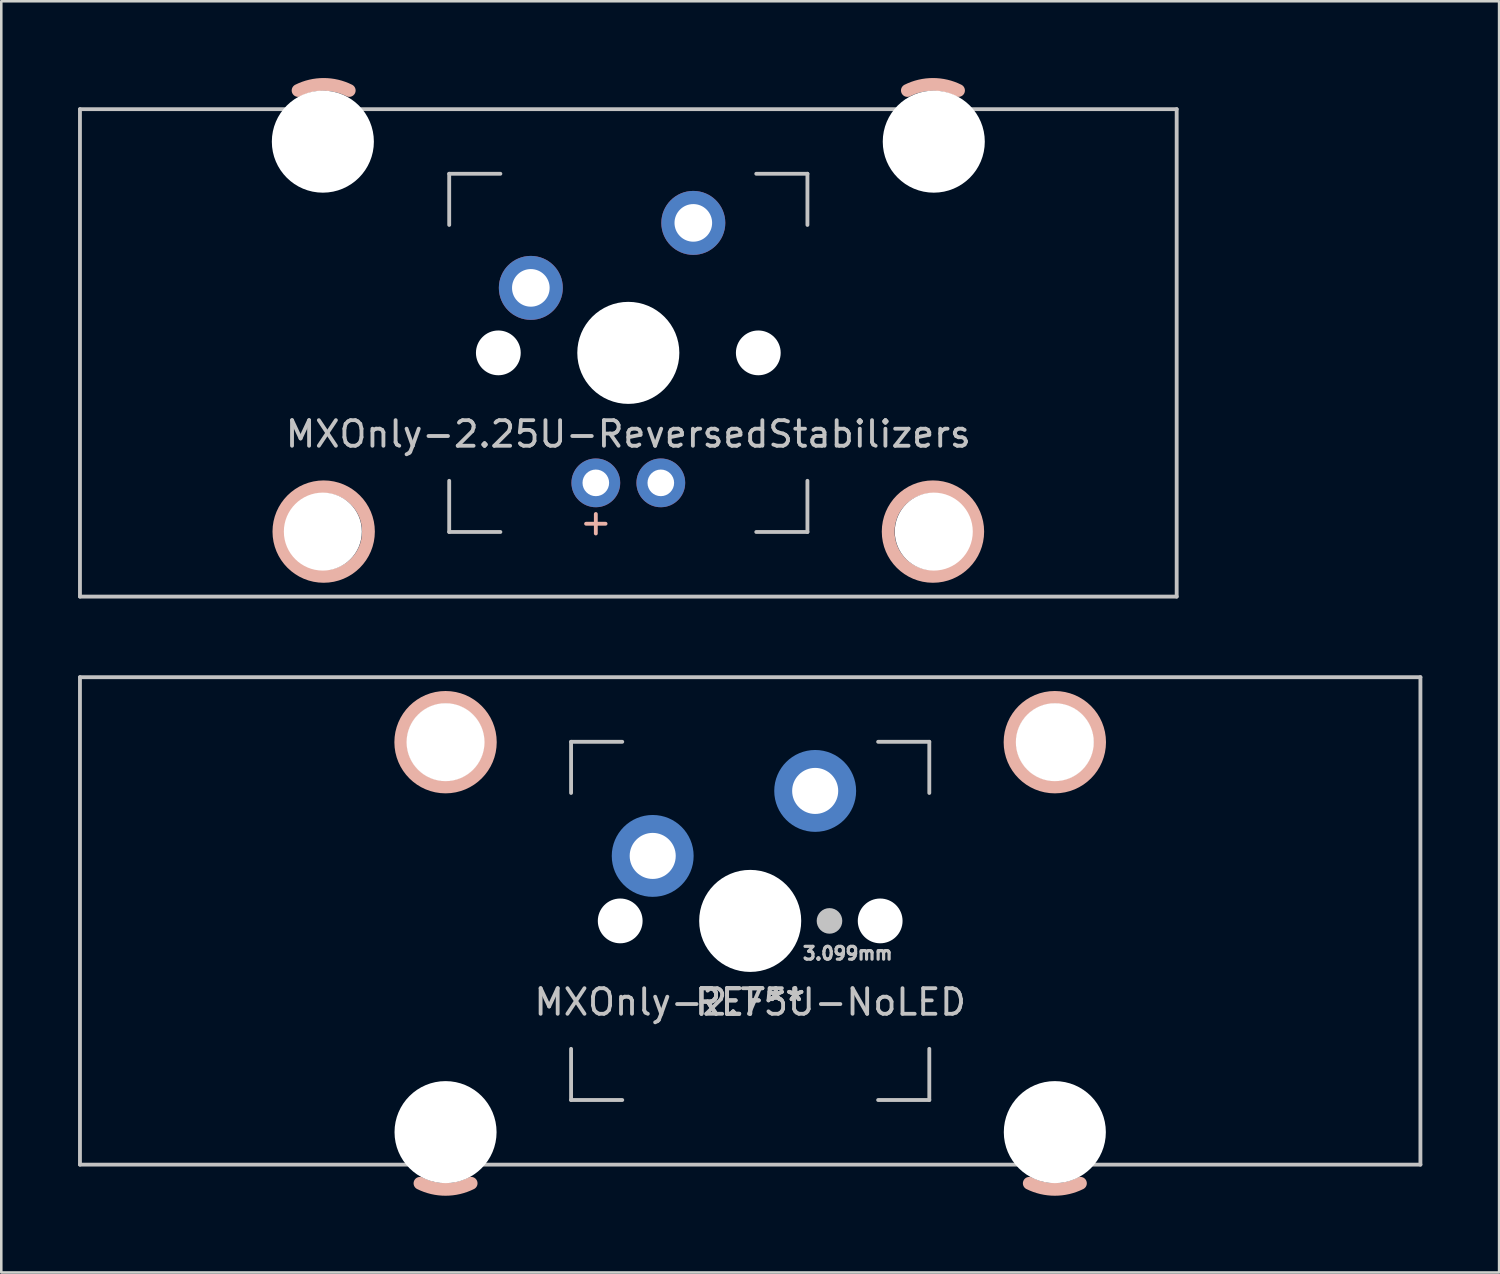
<source format=kicad_pcb>
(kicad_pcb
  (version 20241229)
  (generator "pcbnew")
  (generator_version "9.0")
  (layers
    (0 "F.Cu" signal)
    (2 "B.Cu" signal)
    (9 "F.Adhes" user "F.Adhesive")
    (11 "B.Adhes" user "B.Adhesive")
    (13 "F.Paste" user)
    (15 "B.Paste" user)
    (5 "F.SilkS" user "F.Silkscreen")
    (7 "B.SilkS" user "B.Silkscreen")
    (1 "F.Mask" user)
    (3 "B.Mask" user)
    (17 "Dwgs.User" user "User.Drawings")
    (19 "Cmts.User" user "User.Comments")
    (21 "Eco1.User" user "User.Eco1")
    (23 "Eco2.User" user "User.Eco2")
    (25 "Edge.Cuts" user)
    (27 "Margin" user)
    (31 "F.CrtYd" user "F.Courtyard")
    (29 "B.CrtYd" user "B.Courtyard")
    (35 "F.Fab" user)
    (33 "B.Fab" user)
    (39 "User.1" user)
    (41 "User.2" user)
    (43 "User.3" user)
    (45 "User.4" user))
  (footprint "MXOnly-2.75U-NoLED"
    (layer "F.Cu")
    (at 26.269 32.941)
    (property "Reference" "MXOnly-2.75U-NoLED" (at 0 3.175 0) (layer "Dwgs.User") (effects (font (size 1 1) (thickness 0.15))))
    (attr through_hole)
    (fp_arc (start -10.90625 10.255) (mid -11.905663 10.491068) (end -12.905199 10.255525) (stroke (width 0.5) (type solid)) (layer "B.SilkS"))
    (fp_arc (start 12.90625 10.255) (mid 11.906837 10.491068) (end 10.907301 10.255525) (stroke (width 0.5) (type solid)) (layer "B.SilkS"))
    (fp_circle (center -11.906 -6.985) (end -10.156 -6.985) (stroke (width 0.5) (type solid)) (fill no) (layer "B.SilkS"))
    (fp_circle (center 11.906 -6.985) (end 13.656 -6.985) (stroke (width 0.5) (type solid)) (fill no) (layer "B.SilkS"))
    (fp_line (start -26.194 -9.525) (end 26.194 -9.525) (stroke (width 0.15) (type solid)) (layer "Dwgs.User"))
    (fp_line (start -26.194 9.525) (end -26.194 -9.525) (stroke (width 0.15) (type solid)) (layer "Dwgs.User"))
    (fp_line (start -26.194 9.525) (end 26.194 9.525) (stroke (width 0.15) (type solid)) (layer "Dwgs.User"))
    (fp_line (start -7 -7) (end -7 -5) (stroke (width 0.15) (type solid)) (layer "Dwgs.User"))
    (fp_line (start -7 5) (end -7 7) (stroke (width 0.15) (type solid)) (layer "Dwgs.User"))
    (fp_line (start -7 7) (end -5 7) (stroke (width 0.15) (type solid)) (layer "Dwgs.User"))
    (fp_line (start -5 -7) (end -7 -7) (stroke (width 0.15) (type solid)) (layer "Dwgs.User"))
    (fp_line (start 5 -7) (end 7 -7) (stroke (width 0.15) (type solid)) (layer "Dwgs.User"))
    (fp_line (start 5 7) (end 7 7) (stroke (width 0.15) (type solid)) (layer "Dwgs.User"))
    (fp_line (start 7 -7) (end 7 -5) (stroke (width 0.15) (type solid)) (layer "Dwgs.User"))
    (fp_line (start 7 7) (end 7 5) (stroke (width 0.15) (type solid)) (layer "Dwgs.User"))
    (fp_line (start 26.194 -9.525) (end 26.194 9.525) (stroke (width 0.15) (type solid)) (layer "Dwgs.User"))
    (fp_text user "3.099mm" (at 3.81 1.27 0) (layer "Dwgs.User") (effects (font (size 0.5 0.5) (thickness 0.125))))
    (fp_text user "REF**" (at 0 3.175 0) (layer "Dwgs.User") (effects (font (size 1 1) (thickness 0.15))))
    (fp_text user "REF**" (at 0 3.175 0) (layer "Dwgs.User") (effects (font (size 1 1) (thickness 0.15))))
    (fp_text user "REF**" (at 0 3.175 0) (layer "Dwgs.User") (effects (font (size 1 1) (thickness 0.15))))
    (pad "" np_thru_hole circle (at -11.906 -6.985) (size 3.048 3.048) (drill 3.048) (layers "*.Cu" "*.Mask"))
    (pad "" np_thru_hole circle (at -11.906 8.255) (size 3.988 3.988) (drill 3.988) (layers "*.Cu" "*.Mask"))
    (pad "" np_thru_hole circle (at -5.08 0 48.1) (size 1.75 1.75) (drill 1.75) (layers "*.Cu" "*.Mask"))
    (pad "" smd circle (at -3.81 -2.54) (size 2.8 2.8) (layers "B.Mask"))
    (pad "" np_thru_hole circle (at 0 0) (size 3.988 3.988) (drill 3.988) (layers "*.Cu" "*.Mask"))
    (pad "" smd circle (at 2.54 -5.08) (size 2.8 2.8) (layers "B.Mask"))
    (pad "" smd circle (at 3.099 0) (size 1 1) (layers "Dwgs.User"))
    (pad "" np_thru_hole circle (at 5.08 0 48.1) (size 1.75 1.75) (drill 1.75) (layers "*.Cu" "*.Mask"))
    (pad "" np_thru_hole circle (at 11.906 -6.985) (size 3.048 3.048) (drill 3.048) (layers "*.Cu" "*.Mask"))
    (pad "" np_thru_hole circle (at 11.906 8.255) (size 3.988 3.988) (drill 3.988) (layers "*.Cu" "*.Mask"))
    (pad "1" thru_hole circle (at -3.81 -2.54) (size 2.4 2.4) (drill 1.8) (layers "*.Cu"))
    (pad "1" smd circle (at -3.81 -2.54) (size 3.2 3.2) (layers "B.Cu"))
    (pad "2" thru_hole circle (at 2.54 -5.08) (size 2.4 2.4) (drill 1.8) (layers "*.Cu"))
    (pad "2" smd circle (at 2.54 -5.08) (size 3.2 3.2) (layers "B.Cu")))
  (footprint "MXOnly-2.25U-ReversedStabilizers"
    (layer "F.Cu")
    (at 21.506 10.741)
    (property "Reference" "MXOnly-2.25U-ReversedStabilizers" (at 0 3.175 0) (layer "Dwgs.User") (effects (font (size 1 1) (thickness 0.15))))
    (attr through_hole)
    (fp_arc (start -12.90625 -10.255) (mid -11.906837 -10.491068) (end -10.907301 -10.255525) (stroke (width 0.5) (type solid)) (layer "B.SilkS"))
    (fp_arc (start 10.90625 -10.255) (mid 11.905663 -10.491068) (end 12.905199 -10.255525) (stroke (width 0.5) (type solid)) (layer "B.SilkS"))
    (fp_circle (center -11.906 6.985) (end -13.656 6.985) (stroke (width 0.5) (type solid)) (fill no) (layer "B.SilkS"))
    (fp_circle (center 11.906 6.985) (end 10.156 6.985) (stroke (width 0.5) (type solid)) (fill no) (layer "B.SilkS"))
    (fp_line (start -21.431 -9.525) (end 21.431 -9.525) (stroke (width 0.15) (type solid)) (layer "Dwgs.User"))
    (fp_line (start -21.431 9.525) (end -21.431 -9.525) (stroke (width 0.15) (type solid)) (layer "Dwgs.User"))
    (fp_line (start -21.431 9.525) (end 21.431 9.525) (stroke (width 0.15) (type solid)) (layer "Dwgs.User"))
    (fp_line (start -7 -7) (end -7 -5) (stroke (width 0.15) (type solid)) (layer "Dwgs.User"))
    (fp_line (start -7 5) (end -7 7) (stroke (width 0.15) (type solid)) (layer "Dwgs.User"))
    (fp_line (start -7 7) (end -5 7) (stroke (width 0.15) (type solid)) (layer "Dwgs.User"))
    (fp_line (start -5 -7) (end -7 -7) (stroke (width 0.15) (type solid)) (layer "Dwgs.User"))
    (fp_line (start 5 -7) (end 7 -7) (stroke (width 0.15) (type solid)) (layer "Dwgs.User"))
    (fp_line (start 5 7) (end 7 7) (stroke (width 0.15) (type solid)) (layer "Dwgs.User"))
    (fp_line (start 7 -7) (end 7 -5) (stroke (width 0.15) (type solid)) (layer "Dwgs.User"))
    (fp_line (start 7 7) (end 7 5) (stroke (width 0.15) (type solid)) (layer "Dwgs.User"))
    (fp_line (start 21.431 -9.525) (end 21.431 9.525) (stroke (width 0.15) (type solid)) (layer "Dwgs.User"))
    (fp_text user "+" (at -1.27 6.604 0) (layer "B.SilkS") (effects (font (size 1 1) (thickness 0.15))))
    (pad "" np_thru_hole circle (at -11.938 -8.255) (size 3.988 3.988) (drill 3.988) (layers "*.Cu" "*.Mask"))
    (pad "" np_thru_hole circle (at -11.938 6.985) (size 3.048 3.048) (drill 3.048) (layers "*.Cu" "*.Mask"))
    (pad "" np_thru_hole circle (at -5.08 0 48.1) (size 1.75 1.75) (drill 1.75) (layers "*.Cu" "*.Mask"))
    (pad "" np_thru_hole circle (at 0 0) (size 3.988 3.988) (drill 3.988) (layers "*.Cu" "*.Mask"))
    (pad "" np_thru_hole circle (at 5.08 0 48.1) (size 1.75 1.75) (drill 1.75) (layers "*.Cu" "*.Mask"))
    (pad "" np_thru_hole circle (at 11.938 -8.255) (size 3.988 3.988) (drill 3.988) (layers "*.Cu" "*.Mask"))
    (pad "" np_thru_hole circle (at 11.938 6.985) (size 3.048 3.048) (drill 3.048) (layers "*.Cu" "*.Mask"))
    (pad "1" thru_hole circle (at -3.81 -2.54) (size 2.5 2.5) (drill 1.47) (layers "*.Cu" "*.Mask"))
    (pad "2" thru_hole circle (at 2.54 -5.08) (size 2.5 2.5) (drill 1.47) (layers "*.Cu" "*.Mask"))
    (pad "3" thru_hole circle (at -1.27 5.08) (size 1.905 1.905) (drill 1.04) (layers "*.Cu" "*.Mask"))
    (pad "4" thru_hole circle (at 1.27 5.08) (size 1.905 1.905) (drill 1.04) (layers "*.Cu" "*.Mask")))
  (gr_rect
    (start -3 -3)
    (end 55.538 46.682)
    (stroke (width 0.1) (type default))
    (fill no)
    (layer "Edge.Cuts")))
</source>
